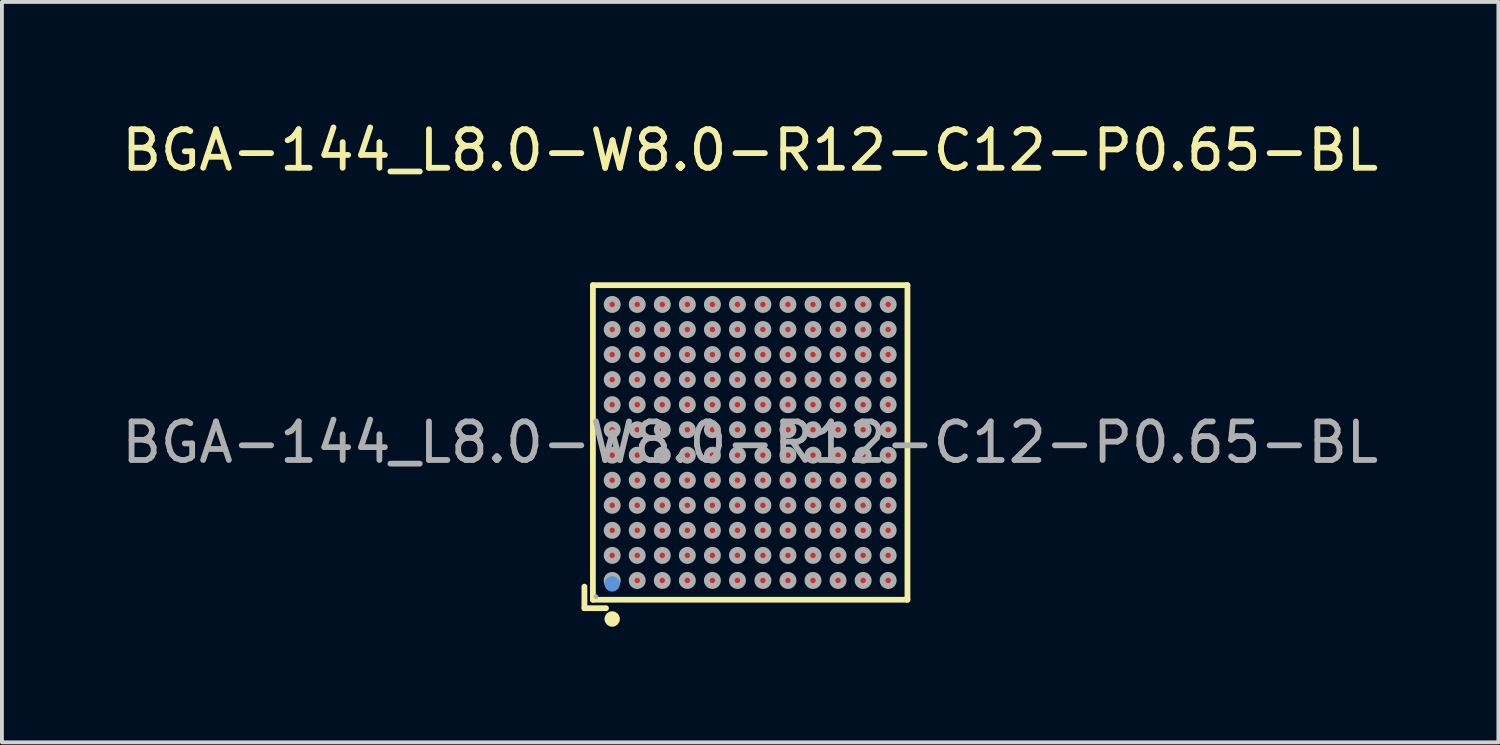
<source format=kicad_pcb>
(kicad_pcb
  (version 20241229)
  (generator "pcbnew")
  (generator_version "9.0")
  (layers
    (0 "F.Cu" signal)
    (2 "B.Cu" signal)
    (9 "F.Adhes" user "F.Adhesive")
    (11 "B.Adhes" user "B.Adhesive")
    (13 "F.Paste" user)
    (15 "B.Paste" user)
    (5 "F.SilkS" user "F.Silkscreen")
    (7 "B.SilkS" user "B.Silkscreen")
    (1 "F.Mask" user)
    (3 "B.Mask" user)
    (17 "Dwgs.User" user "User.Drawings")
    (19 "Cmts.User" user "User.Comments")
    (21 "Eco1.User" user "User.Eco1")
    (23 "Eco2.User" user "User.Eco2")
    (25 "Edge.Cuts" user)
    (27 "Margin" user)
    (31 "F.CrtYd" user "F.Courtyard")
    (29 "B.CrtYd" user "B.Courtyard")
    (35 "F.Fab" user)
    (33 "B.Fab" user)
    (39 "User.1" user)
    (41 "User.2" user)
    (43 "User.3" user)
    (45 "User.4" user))
  (footprint "BGA-144_L8.0-W8.0-R12-C12-P0.65-BL"
    (layer "F.Cu")
    (at 16.411 8.428)
    (property "Reference" "BGA-144_L8.0-W8.0-R12-C12-P0.65-BL" (at 0 -7.58 0) (layer "F.SilkS") (effects (font (size 1 1) (thickness 0.15))))
    (attr smd)
    (fp_line (start -4.3 3.74) (end -4.3 4.3) (stroke (width 0.15) (type solid)) (layer "F.SilkS"))
    (fp_line (start -4.3 4.3) (end -3.74 4.3) (stroke (width 0.15) (type solid)) (layer "F.SilkS"))
    (fp_line (start -4.08 -4.08) (end 4.08 -4.08) (stroke (width 0.15) (type solid)) (layer "F.SilkS"))
    (fp_line (start -4.08 4.08) (end -4.08 -4.08) (stroke (width 0.15) (type solid)) (layer "F.SilkS"))
    (fp_line (start 4.08 -4.08) (end 4.08 4.08) (stroke (width 0.15) (type solid)) (layer "F.SilkS"))
    (fp_line (start 4.08 4.08) (end -4.08 4.08) (stroke (width 0.15) (type solid)) (layer "F.SilkS"))
    (fp_circle (center -3.58 4.58) (end -3.48 4.58) (stroke (width 0.2) (type solid)) (fill no) (layer "F.SilkS"))
    (fp_circle (center -3.58 3.67) (end -3.48 3.67) (stroke (width 0.2) (type solid)) (fill no) (layer "Cmts.User"))
    (fp_circle (center -4 4) (end -3.97 4) (stroke (width 0.06) (type solid)) (fill no) (layer "F.Fab"))
    (fp_circle (center -3.58 -3.58) (end -3.51 -3.58) (stroke (width 0.15) (type solid)) (fill no) (layer "F.Fab"))
    (fp_circle (center -3.58 -2.93) (end -3.51 -2.93) (stroke (width 0.15) (type solid)) (fill no) (layer "F.Fab"))
    (fp_circle (center -3.58 -2.28) (end -3.51 -2.28) (stroke (width 0.15) (type solid)) (fill no) (layer "F.Fab"))
    (fp_circle (center -3.58 -1.63) (end -3.51 -1.63) (stroke (width 0.15) (type solid)) (fill no) (layer "F.Fab"))
    (fp_circle (center -3.58 -0.98) (end -3.51 -0.98) (stroke (width 0.15) (type solid)) (fill no) (layer "F.Fab"))
    (fp_circle (center -3.58 -0.33) (end -3.51 -0.33) (stroke (width 0.15) (type solid)) (fill no) (layer "F.Fab"))
    (fp_circle (center -3.58 0.33) (end -3.51 0.33) (stroke (width 0.15) (type solid)) (fill no) (layer "F.Fab"))
    (fp_circle (center -3.58 0.98) (end -3.51 0.98) (stroke (width 0.15) (type solid)) (fill no) (layer "F.Fab"))
    (fp_circle (center -3.58 1.63) (end -3.51 1.63) (stroke (width 0.15) (type solid)) (fill no) (layer "F.Fab"))
    (fp_circle (center -3.58 2.28) (end -3.51 2.28) (stroke (width 0.15) (type solid)) (fill no) (layer "F.Fab"))
    (fp_circle (center -3.58 2.93) (end -3.51 2.93) (stroke (width 0.15) (type solid)) (fill no) (layer "F.Fab"))
    (fp_circle (center -3.58 3.58) (end -3.51 3.58) (stroke (width 0.15) (type solid)) (fill no) (layer "F.Fab"))
    (fp_circle (center -2.93 -3.58) (end -2.86 -3.58) (stroke (width 0.15) (type solid)) (fill no) (layer "F.Fab"))
    (fp_circle (center -2.93 -2.93) (end -2.86 -2.93) (stroke (width 0.15) (type solid)) (fill no) (layer "F.Fab"))
    (fp_circle (center -2.93 -2.28) (end -2.86 -2.28) (stroke (width 0.15) (type solid)) (fill no) (layer "F.Fab"))
    (fp_circle (center -2.93 -1.63) (end -2.86 -1.63) (stroke (width 0.15) (type solid)) (fill no) (layer "F.Fab"))
    (fp_circle (center -2.93 -0.98) (end -2.86 -0.98) (stroke (width 0.15) (type solid)) (fill no) (layer "F.Fab"))
    (fp_circle (center -2.93 -0.33) (end -2.86 -0.33) (stroke (width 0.15) (type solid)) (fill no) (layer "F.Fab"))
    (fp_circle (center -2.93 0.33) (end -2.86 0.33) (stroke (width 0.15) (type solid)) (fill no) (layer "F.Fab"))
    (fp_circle (center -2.93 0.98) (end -2.86 0.98) (stroke (width 0.15) (type solid)) (fill no) (layer "F.Fab"))
    (fp_circle (center -2.93 1.63) (end -2.86 1.63) (stroke (width 0.15) (type solid)) (fill no) (layer "F.Fab"))
    (fp_circle (center -2.93 2.28) (end -2.86 2.28) (stroke (width 0.15) (type solid)) (fill no) (layer "F.Fab"))
    (fp_circle (center -2.93 2.93) (end -2.86 2.93) (stroke (width 0.15) (type solid)) (fill no) (layer "F.Fab"))
    (fp_circle (center -2.93 3.58) (end -2.86 3.58) (stroke (width 0.15) (type solid)) (fill no) (layer "F.Fab"))
    (fp_circle (center -2.28 -3.58) (end -2.21 -3.58) (stroke (width 0.15) (type solid)) (fill no) (layer "F.Fab"))
    (fp_circle (center -2.28 -2.93) (end -2.21 -2.93) (stroke (width 0.15) (type solid)) (fill no) (layer "F.Fab"))
    (fp_circle (center -2.28 -2.28) (end -2.21 -2.28) (stroke (width 0.15) (type solid)) (fill no) (layer "F.Fab"))
    (fp_circle (center -2.28 -1.63) (end -2.21 -1.63) (stroke (width 0.15) (type solid)) (fill no) (layer "F.Fab"))
    (fp_circle (center -2.28 -0.98) (end -2.21 -0.98) (stroke (width 0.15) (type solid)) (fill no) (layer "F.Fab"))
    (fp_circle (center -2.28 -0.33) (end -2.21 -0.33) (stroke (width 0.15) (type solid)) (fill no) (layer "F.Fab"))
    (fp_circle (center -2.28 0.33) (end -2.21 0.33) (stroke (width 0.15) (type solid)) (fill no) (layer "F.Fab"))
    (fp_circle (center -2.28 0.98) (end -2.21 0.98) (stroke (width 0.15) (type solid)) (fill no) (layer "F.Fab"))
    (fp_circle (center -2.28 1.63) (end -2.21 1.63) (stroke (width 0.15) (type solid)) (fill no) (layer "F.Fab"))
    (fp_circle (center -2.28 2.28) (end -2.21 2.28) (stroke (width 0.15) (type solid)) (fill no) (layer "F.Fab"))
    (fp_circle (center -2.28 2.93) (end -2.21 2.93) (stroke (width 0.15) (type solid)) (fill no) (layer "F.Fab"))
    (fp_circle (center -2.28 3.58) (end -2.21 3.58) (stroke (width 0.15) (type solid)) (fill no) (layer "F.Fab"))
    (fp_circle (center -1.63 -3.58) (end -1.56 -3.58) (stroke (width 0.15) (type solid)) (fill no) (layer "F.Fab"))
    (fp_circle (center -1.63 -2.93) (end -1.56 -2.93) (stroke (width 0.15) (type solid)) (fill no) (layer "F.Fab"))
    (fp_circle (center -1.63 -2.28) (end -1.56 -2.28) (stroke (width 0.15) (type solid)) (fill no) (layer "F.Fab"))
    (fp_circle (center -1.63 -1.63) (end -1.56 -1.63) (stroke (width 0.15) (type solid)) (fill no) (layer "F.Fab"))
    (fp_circle (center -1.63 -0.98) (end -1.56 -0.98) (stroke (width 0.15) (type solid)) (fill no) (layer "F.Fab"))
    (fp_circle (center -1.63 -0.33) (end -1.56 -0.33) (stroke (width 0.15) (type solid)) (fill no) (layer "F.Fab"))
    (fp_circle (center -1.63 0.33) (end -1.56 0.33) (stroke (width 0.15) (type solid)) (fill no) (layer "F.Fab"))
    (fp_circle (center -1.63 0.98) (end -1.56 0.98) (stroke (width 0.15) (type solid)) (fill no) (layer "F.Fab"))
    (fp_circle (center -1.63 1.63) (end -1.56 1.63) (stroke (width 0.15) (type solid)) (fill no) (layer "F.Fab"))
    (fp_circle (center -1.63 2.28) (end -1.56 2.28) (stroke (width 0.15) (type solid)) (fill no) (layer "F.Fab"))
    (fp_circle (center -1.63 2.93) (end -1.56 2.93) (stroke (width 0.15) (type solid)) (fill no) (layer "F.Fab"))
    (fp_circle (center -1.63 3.58) (end -1.56 3.58) (stroke (width 0.15) (type solid)) (fill no) (layer "F.Fab"))
    (fp_circle (center -0.98 -3.58) (end -0.91 -3.58) (stroke (width 0.15) (type solid)) (fill no) (layer "F.Fab"))
    (fp_circle (center -0.98 -2.93) (end -0.91 -2.93) (stroke (width 0.15) (type solid)) (fill no) (layer "F.Fab"))
    (fp_circle (center -0.98 -2.28) (end -0.91 -2.28) (stroke (width 0.15) (type solid)) (fill no) (layer "F.Fab"))
    (fp_circle (center -0.98 -1.63) (end -0.91 -1.63) (stroke (width 0.15) (type solid)) (fill no) (layer "F.Fab"))
    (fp_circle (center -0.98 -0.98) (end -0.91 -0.98) (stroke (width 0.15) (type solid)) (fill no) (layer "F.Fab"))
    (fp_circle (center -0.98 -0.33) (end -0.91 -0.33) (stroke (width 0.15) (type solid)) (fill no) (layer "F.Fab"))
    (fp_circle (center -0.98 0.33) (end -0.91 0.33) (stroke (width 0.15) (type solid)) (fill no) (layer "F.Fab"))
    (fp_circle (center -0.98 0.98) (end -0.91 0.98) (stroke (width 0.15) (type solid)) (fill no) (layer "F.Fab"))
    (fp_circle (center -0.98 1.63) (end -0.91 1.63) (stroke (width 0.15) (type solid)) (fill no) (layer "F.Fab"))
    (fp_circle (center -0.98 2.28) (end -0.91 2.28) (stroke (width 0.15) (type solid)) (fill no) (layer "F.Fab"))
    (fp_circle (center -0.98 2.93) (end -0.91 2.93) (stroke (width 0.15) (type solid)) (fill no) (layer "F.Fab"))
    (fp_circle (center -0.98 3.58) (end -0.91 3.58) (stroke (width 0.15) (type solid)) (fill no) (layer "F.Fab"))
    (fp_circle (center -0.33 -3.58) (end -0.26 -3.58) (stroke (width 0.15) (type solid)) (fill no) (layer "F.Fab"))
    (fp_circle (center -0.33 -2.93) (end -0.26 -2.93) (stroke (width 0.15) (type solid)) (fill no) (layer "F.Fab"))
    (fp_circle (center -0.33 -2.28) (end -0.26 -2.28) (stroke (width 0.15) (type solid)) (fill no) (layer "F.Fab"))
    (fp_circle (center -0.33 -1.63) (end -0.26 -1.63) (stroke (width 0.15) (type solid)) (fill no) (layer "F.Fab"))
    (fp_circle (center -0.33 -0.98) (end -0.26 -0.98) (stroke (width 0.15) (type solid)) (fill no) (layer "F.Fab"))
    (fp_circle (center -0.33 -0.33) (end -0.26 -0.33) (stroke (width 0.15) (type solid)) (fill no) (layer "F.Fab"))
    (fp_circle (center -0.33 0.33) (end -0.26 0.33) (stroke (width 0.15) (type solid)) (fill no) (layer "F.Fab"))
    (fp_circle (center -0.33 0.98) (end -0.26 0.98) (stroke (width 0.15) (type solid)) (fill no) (layer "F.Fab"))
    (fp_circle (center -0.33 1.63) (end -0.26 1.63) (stroke (width 0.15) (type solid)) (fill no) (layer "F.Fab"))
    (fp_circle (center -0.33 2.28) (end -0.26 2.28) (stroke (width 0.15) (type solid)) (fill no) (layer "F.Fab"))
    (fp_circle (center -0.33 2.93) (end -0.26 2.93) (stroke (width 0.15) (type solid)) (fill no) (layer "F.Fab"))
    (fp_circle (center -0.33 3.58) (end -0.26 3.58) (stroke (width 0.15) (type solid)) (fill no) (layer "F.Fab"))
    (fp_circle (center 0.33 -3.58) (end 0.4 -3.58) (stroke (width 0.15) (type solid)) (fill no) (layer "F.Fab"))
    (fp_circle (center 0.33 -2.93) (end 0.4 -2.93) (stroke (width 0.15) (type solid)) (fill no) (layer "F.Fab"))
    (fp_circle (center 0.33 -2.28) (end 0.4 -2.28) (stroke (width 0.15) (type solid)) (fill no) (layer "F.Fab"))
    (fp_circle (center 0.33 -1.63) (end 0.4 -1.63) (stroke (width 0.15) (type solid)) (fill no) (layer "F.Fab"))
    (fp_circle (center 0.33 -0.98) (end 0.4 -0.98) (stroke (width 0.15) (type solid)) (fill no) (layer "F.Fab"))
    (fp_circle (center 0.33 -0.33) (end 0.4 -0.33) (stroke (width 0.15) (type solid)) (fill no) (layer "F.Fab"))
    (fp_circle (center 0.33 0.33) (end 0.4 0.33) (stroke (width 0.15) (type solid)) (fill no) (layer "F.Fab"))
    (fp_circle (center 0.33 0.98) (end 0.4 0.98) (stroke (width 0.15) (type solid)) (fill no) (layer "F.Fab"))
    (fp_circle (center 0.33 1.63) (end 0.4 1.63) (stroke (width 0.15) (type solid)) (fill no) (layer "F.Fab"))
    (fp_circle (center 0.33 2.28) (end 0.4 2.28) (stroke (width 0.15) (type solid)) (fill no) (layer "F.Fab"))
    (fp_circle (center 0.33 2.93) (end 0.4 2.93) (stroke (width 0.15) (type solid)) (fill no) (layer "F.Fab"))
    (fp_circle (center 0.33 3.58) (end 0.4 3.58) (stroke (width 0.15) (type solid)) (fill no) (layer "F.Fab"))
    (fp_circle (center 0.98 -3.58) (end 1.05 -3.58) (stroke (width 0.15) (type solid)) (fill no) (layer "F.Fab"))
    (fp_circle (center 0.98 -2.93) (end 1.05 -2.93) (stroke (width 0.15) (type solid)) (fill no) (layer "F.Fab"))
    (fp_circle (center 0.98 -2.28) (end 1.05 -2.28) (stroke (width 0.15) (type solid)) (fill no) (layer "F.Fab"))
    (fp_circle (center 0.98 -1.63) (end 1.05 -1.63) (stroke (width 0.15) (type solid)) (fill no) (layer "F.Fab"))
    (fp_circle (center 0.98 -0.98) (end 1.05 -0.98) (stroke (width 0.15) (type solid)) (fill no) (layer "F.Fab"))
    (fp_circle (center 0.98 -0.33) (end 1.05 -0.33) (stroke (width 0.15) (type solid)) (fill no) (layer "F.Fab"))
    (fp_circle (center 0.98 0.33) (end 1.05 0.33) (stroke (width 0.15) (type solid)) (fill no) (layer "F.Fab"))
    (fp_circle (center 0.98 0.98) (end 1.05 0.98) (stroke (width 0.15) (type solid)) (fill no) (layer "F.Fab"))
    (fp_circle (center 0.98 1.63) (end 1.05 1.63) (stroke (width 0.15) (type solid)) (fill no) (layer "F.Fab"))
    (fp_circle (center 0.98 2.28) (end 1.05 2.28) (stroke (width 0.15) (type solid)) (fill no) (layer "F.Fab"))
    (fp_circle (center 0.98 2.93) (end 1.05 2.93) (stroke (width 0.15) (type solid)) (fill no) (layer "F.Fab"))
    (fp_circle (center 0.98 3.58) (end 1.05 3.58) (stroke (width 0.15) (type solid)) (fill no) (layer "F.Fab"))
    (fp_circle (center 1.63 -3.58) (end 1.7 -3.58) (stroke (width 0.15) (type solid)) (fill no) (layer "F.Fab"))
    (fp_circle (center 1.63 -2.93) (end 1.7 -2.93) (stroke (width 0.15) (type solid)) (fill no) (layer "F.Fab"))
    (fp_circle (center 1.63 -2.28) (end 1.7 -2.28) (stroke (width 0.15) (type solid)) (fill no) (layer "F.Fab"))
    (fp_circle (center 1.63 -1.63) (end 1.7 -1.63) (stroke (width 0.15) (type solid)) (fill no) (layer "F.Fab"))
    (fp_circle (center 1.63 -0.98) (end 1.7 -0.98) (stroke (width 0.15) (type solid)) (fill no) (layer "F.Fab"))
    (fp_circle (center 1.63 -0.33) (end 1.7 -0.33) (stroke (width 0.15) (type solid)) (fill no) (layer "F.Fab"))
    (fp_circle (center 1.63 0.33) (end 1.7 0.33) (stroke (width 0.15) (type solid)) (fill no) (layer "F.Fab"))
    (fp_circle (center 1.63 0.98) (end 1.7 0.98) (stroke (width 0.15) (type solid)) (fill no) (layer "F.Fab"))
    (fp_circle (center 1.63 1.63) (end 1.7 1.63) (stroke (width 0.15) (type solid)) (fill no) (layer "F.Fab"))
    (fp_circle (center 1.63 2.28) (end 1.7 2.28) (stroke (width 0.15) (type solid)) (fill no) (layer "F.Fab"))
    (fp_circle (center 1.63 2.93) (end 1.7 2.93) (stroke (width 0.15) (type solid)) (fill no) (layer "F.Fab"))
    (fp_circle (center 1.63 3.58) (end 1.7 3.58) (stroke (width 0.15) (type solid)) (fill no) (layer "F.Fab"))
    (fp_circle (center 2.28 -3.58) (end 2.35 -3.58) (stroke (width 0.15) (type solid)) (fill no) (layer "F.Fab"))
    (fp_circle (center 2.28 -2.93) (end 2.35 -2.93) (stroke (width 0.15) (type solid)) (fill no) (layer "F.Fab"))
    (fp_circle (center 2.28 -2.28) (end 2.35 -2.28) (stroke (width 0.15) (type solid)) (fill no) (layer "F.Fab"))
    (fp_circle (center 2.28 -1.63) (end 2.35 -1.63) (stroke (width 0.15) (type solid)) (fill no) (layer "F.Fab"))
    (fp_circle (center 2.28 -0.98) (end 2.35 -0.98) (stroke (width 0.15) (type solid)) (fill no) (layer "F.Fab"))
    (fp_circle (center 2.28 -0.33) (end 2.35 -0.33) (stroke (width 0.15) (type solid)) (fill no) (layer "F.Fab"))
    (fp_circle (center 2.28 0.33) (end 2.35 0.33) (stroke (width 0.15) (type solid)) (fill no) (layer "F.Fab"))
    (fp_circle (center 2.28 0.98) (end 2.35 0.98) (stroke (width 0.15) (type solid)) (fill no) (layer "F.Fab"))
    (fp_circle (center 2.28 1.63) (end 2.35 1.63) (stroke (width 0.15) (type solid)) (fill no) (layer "F.Fab"))
    (fp_circle (center 2.28 2.28) (end 2.35 2.28) (stroke (width 0.15) (type solid)) (fill no) (layer "F.Fab"))
    (fp_circle (center 2.28 2.93) (end 2.35 2.93) (stroke (width 0.15) (type solid)) (fill no) (layer "F.Fab"))
    (fp_circle (center 2.28 3.58) (end 2.35 3.58) (stroke (width 0.15) (type solid)) (fill no) (layer "F.Fab"))
    (fp_circle (center 2.93 -3.58) (end 3 -3.58) (stroke (width 0.15) (type solid)) (fill no) (layer "F.Fab"))
    (fp_circle (center 2.93 -2.93) (end 3 -2.93) (stroke (width 0.15) (type solid)) (fill no) (layer "F.Fab"))
    (fp_circle (center 2.93 -2.28) (end 3 -2.28) (stroke (width 0.15) (type solid)) (fill no) (layer "F.Fab"))
    (fp_circle (center 2.93 -1.63) (end 3 -1.63) (stroke (width 0.15) (type solid)) (fill no) (layer "F.Fab"))
    (fp_circle (center 2.93 -0.98) (end 3 -0.98) (stroke (width 0.15) (type solid)) (fill no) (layer "F.Fab"))
    (fp_circle (center 2.93 -0.33) (end 3 -0.33) (stroke (width 0.15) (type solid)) (fill no) (layer "F.Fab"))
    (fp_circle (center 2.93 0.33) (end 3 0.33) (stroke (width 0.15) (type solid)) (fill no) (layer "F.Fab"))
    (fp_circle (center 2.93 0.98) (end 3 0.98) (stroke (width 0.15) (type solid)) (fill no) (layer "F.Fab"))
    (fp_circle (center 2.93 1.63) (end 3 1.63) (stroke (width 0.15) (type solid)) (fill no) (layer "F.Fab"))
    (fp_circle (center 2.93 2.28) (end 3 2.28) (stroke (width 0.15) (type solid)) (fill no) (layer "F.Fab"))
    (fp_circle (center 2.93 2.93) (end 3 2.93) (stroke (width 0.15) (type solid)) (fill no) (layer "F.Fab"))
    (fp_circle (center 2.93 3.58) (end 3 3.58) (stroke (width 0.15) (type solid)) (fill no) (layer "F.Fab"))
    (fp_circle (center 3.58 -3.58) (end 3.65 -3.58) (stroke (width 0.15) (type solid)) (fill no) (layer "F.Fab"))
    (fp_circle (center 3.58 -2.93) (end 3.65 -2.93) (stroke (width 0.15) (type solid)) (fill no) (layer "F.Fab"))
    (fp_circle (center 3.58 -2.28) (end 3.65 -2.28) (stroke (width 0.15) (type solid)) (fill no) (layer "F.Fab"))
    (fp_circle (center 3.58 -1.63) (end 3.65 -1.63) (stroke (width 0.15) (type solid)) (fill no) (layer "F.Fab"))
    (fp_circle (center 3.58 -0.98) (end 3.65 -0.98) (stroke (width 0.15) (type solid)) (fill no) (layer "F.Fab"))
    (fp_circle (center 3.58 -0.33) (end 3.65 -0.33) (stroke (width 0.15) (type solid)) (fill no) (layer "F.Fab"))
    (fp_circle (center 3.58 0.33) (end 3.65 0.33) (stroke (width 0.15) (type solid)) (fill no) (layer "F.Fab"))
    (fp_circle (center 3.58 0.98) (end 3.65 0.98) (stroke (width 0.15) (type solid)) (fill no) (layer "F.Fab"))
    (fp_circle (center 3.58 1.63) (end 3.65 1.63) (stroke (width 0.15) (type solid)) (fill no) (layer "F.Fab"))
    (fp_circle (center 3.58 2.28) (end 3.65 2.28) (stroke (width 0.15) (type solid)) (fill no) (layer "F.Fab"))
    (fp_circle (center 3.58 2.93) (end 3.65 2.93) (stroke (width 0.15) (type solid)) (fill no) (layer "F.Fab"))
    (fp_circle (center 3.58 3.58) (end 3.65 3.58) (stroke (width 0.15) (type solid)) (fill no) (layer "F.Fab"))
    (fp_text user "${REFERENCE}" (at 0 0 0) (layer "F.Fab") (effects (font (size 1 1) (thickness 0.15))))
    (pad "A1" smd circle (at -3.58 3.58) (size 0.24 0.24) (layers "F.Cu" "F.Mask" "F.Paste"))
    (pad "A2" smd circle (at -3.58 2.93) (size 0.24 0.24) (layers "F.Cu" "F.Mask" "F.Paste"))
    (pad "A3" smd circle (at -3.58 2.28) (size 0.24 0.24) (layers "F.Cu" "F.Mask" "F.Paste"))
    (pad "A4" smd circle (at -3.58 1.63) (size 0.24 0.24) (layers "F.Cu" "F.Mask" "F.Paste"))
    (pad "A5" smd circle (at -3.58 0.98) (size 0.24 0.24) (layers "F.Cu" "F.Mask" "F.Paste"))
    (pad "A6" smd circle (at -3.58 0.33) (size 0.24 0.24) (layers "F.Cu" "F.Mask" "F.Paste"))
    (pad "A7" smd circle (at -3.58 -0.33) (size 0.24 0.24) (layers "F.Cu" "F.Mask" "F.Paste"))
    (pad "A8" smd circle (at -3.58 -0.98) (size 0.24 0.24) (layers "F.Cu" "F.Mask" "F.Paste"))
    (pad "A9" smd circle (at -3.58 -1.63) (size 0.24 0.24) (layers "F.Cu" "F.Mask" "F.Paste"))
    (pad "A10" smd circle (at -3.58 -2.28) (size 0.24 0.24) (layers "F.Cu" "F.Mask" "F.Paste"))
    (pad "A11" smd circle (at -3.58 -2.93) (size 0.24 0.24) (layers "F.Cu" "F.Mask" "F.Paste"))
    (pad "A12" smd circle (at -3.58 -3.58) (size 0.24 0.24) (layers "F.Cu" "F.Mask" "F.Paste"))
    (pad "B1" smd circle (at -2.93 3.58) (size 0.24 0.24) (layers "F.Cu" "F.Mask" "F.Paste"))
    (pad "B2" smd circle (at -2.93 2.93) (size 0.24 0.24) (layers "F.Cu" "F.Mask" "F.Paste"))
    (pad "B3" smd circle (at -2.93 2.28) (size 0.24 0.24) (layers "F.Cu" "F.Mask" "F.Paste"))
    (pad "B4" smd circle (at -2.93 1.63) (size 0.24 0.24) (layers "F.Cu" "F.Mask" "F.Paste"))
    (pad "B5" smd circle (at -2.93 0.98) (size 0.24 0.24) (layers "F.Cu" "F.Mask" "F.Paste"))
    (pad "B6" smd circle (at -2.93 0.33) (size 0.24 0.24) (layers "F.Cu" "F.Mask" "F.Paste"))
    (pad "B7" smd circle (at -2.93 -0.33) (size 0.24 0.24) (layers "F.Cu" "F.Mask" "F.Paste"))
    (pad "B8" smd circle (at -2.93 -0.98) (size 0.24 0.24) (layers "F.Cu" "F.Mask" "F.Paste"))
    (pad "B9" smd circle (at -2.93 -1.63) (size 0.24 0.24) (layers "F.Cu" "F.Mask" "F.Paste"))
    (pad "B10" smd circle (at -2.93 -2.28) (size 0.24 0.24) (layers "F.Cu" "F.Mask" "F.Paste"))
    (pad "B11" smd circle (at -2.93 -2.93) (size 0.24 0.24) (layers "F.Cu" "F.Mask" "F.Paste"))
    (pad "B12" smd circle (at -2.93 -3.58) (size 0.24 0.24) (layers "F.Cu" "F.Mask" "F.Paste"))
    (pad "C1" smd circle (at -2.28 3.58) (size 0.24 0.24) (layers "F.Cu" "F.Mask" "F.Paste"))
    (pad "C2" smd circle (at -2.28 2.93) (size 0.24 0.24) (layers "F.Cu" "F.Mask" "F.Paste"))
    (pad "C3" smd circle (at -2.28 2.28) (size 0.24 0.24) (layers "F.Cu" "F.Mask" "F.Paste"))
    (pad "C4" smd circle (at -2.28 1.63) (size 0.24 0.24) (layers "F.Cu" "F.Mask" "F.Paste"))
    (pad "C5" smd circle (at -2.28 0.98) (size 0.24 0.24) (layers "F.Cu" "F.Mask" "F.Paste"))
    (pad "C6" smd circle (at -2.28 0.33) (size 0.24 0.24) (layers "F.Cu" "F.Mask" "F.Paste"))
    (pad "C7" smd circle (at -2.28 -0.33) (size 0.24 0.24) (layers "F.Cu" "F.Mask" "F.Paste"))
    (pad "C8" smd circle (at -2.28 -0.98) (size 0.24 0.24) (layers "F.Cu" "F.Mask" "F.Paste"))
    (pad "C9" smd circle (at -2.28 -1.63) (size 0.24 0.24) (layers "F.Cu" "F.Mask" "F.Paste"))
    (pad "C10" smd circle (at -2.28 -2.28) (size 0.24 0.24) (layers "F.Cu" "F.Mask" "F.Paste"))
    (pad "C11" smd circle (at -2.28 -2.93) (size 0.24 0.24) (layers "F.Cu" "F.Mask" "F.Paste"))
    (pad "C12" smd circle (at -2.28 -3.58) (size 0.24 0.24) (layers "F.Cu" "F.Mask" "F.Paste"))
    (pad "D1" smd circle (at -1.63 3.58) (size 0.24 0.24) (layers "F.Cu" "F.Mask" "F.Paste"))
    (pad "D2" smd circle (at -1.63 2.93) (size 0.24 0.24) (layers "F.Cu" "F.Mask" "F.Paste"))
    (pad "D3" smd circle (at -1.63 2.28) (size 0.24 0.24) (layers "F.Cu" "F.Mask" "F.Paste"))
    (pad "D4" smd circle (at -1.63 1.63) (size 0.24 0.24) (layers "F.Cu" "F.Mask" "F.Paste"))
    (pad "D5" smd circle (at -1.63 0.98) (size 0.24 0.24) (layers "F.Cu" "F.Mask" "F.Paste"))
    (pad "D6" smd circle (at -1.63 0.33) (size 0.24 0.24) (layers "F.Cu" "F.Mask" "F.Paste"))
    (pad "D7" smd circle (at -1.63 -0.33) (size 0.24 0.24) (layers "F.Cu" "F.Mask" "F.Paste"))
    (pad "D8" smd circle (at -1.63 -0.98) (size 0.24 0.24) (layers "F.Cu" "F.Mask" "F.Paste"))
    (pad "D9" smd circle (at -1.63 -1.63) (size 0.24 0.24) (layers "F.Cu" "F.Mask" "F.Paste"))
    (pad "D10" smd circle (at -1.63 -2.28) (size 0.24 0.24) (layers "F.Cu" "F.Mask" "F.Paste"))
    (pad "D11" smd circle (at -1.63 -2.93) (size 0.24 0.24) (layers "F.Cu" "F.Mask" "F.Paste"))
    (pad "D12" smd circle (at -1.63 -3.58) (size 0.24 0.24) (layers "F.Cu" "F.Mask" "F.Paste"))
    (pad "E1" smd circle (at -0.98 3.58) (size 0.24 0.24) (layers "F.Cu" "F.Mask" "F.Paste"))
    (pad "E2" smd circle (at -0.98 2.93) (size 0.24 0.24) (layers "F.Cu" "F.Mask" "F.Paste"))
    (pad "E3" smd circle (at -0.98 2.28) (size 0.24 0.24) (layers "F.Cu" "F.Mask" "F.Paste"))
    (pad "E4" smd circle (at -0.98 1.63) (size 0.24 0.24) (layers "F.Cu" "F.Mask" "F.Paste"))
    (pad "E5" smd circle (at -0.98 0.98) (size 0.24 0.24) (layers "F.Cu" "F.Mask" "F.Paste"))
    (pad "E6" smd circle (at -0.98 0.33) (size 0.24 0.24) (layers "F.Cu" "F.Mask" "F.Paste"))
    (pad "E7" smd circle (at -0.98 -0.33) (size 0.24 0.24) (layers "F.Cu" "F.Mask" "F.Paste"))
    (pad "E8" smd circle (at -0.98 -0.98) (size 0.24 0.24) (layers "F.Cu" "F.Mask" "F.Paste"))
    (pad "E9" smd circle (at -0.98 -1.63) (size 0.24 0.24) (layers "F.Cu" "F.Mask" "F.Paste"))
    (pad "E10" smd circle (at -0.98 -2.28) (size 0.24 0.24) (layers "F.Cu" "F.Mask" "F.Paste"))
    (pad "E11" smd circle (at -0.98 -2.93) (size 0.24 0.24) (layers "F.Cu" "F.Mask" "F.Paste"))
    (pad "E12" smd circle (at -0.98 -3.58) (size 0.24 0.24) (layers "F.Cu" "F.Mask" "F.Paste"))
    (pad "F1" smd circle (at -0.33 3.58) (size 0.24 0.24) (layers "F.Cu" "F.Mask" "F.Paste"))
    (pad "F2" smd circle (at -0.33 2.93) (size 0.24 0.24) (layers "F.Cu" "F.Mask" "F.Paste"))
    (pad "F3" smd circle (at -0.33 2.28) (size 0.24 0.24) (layers "F.Cu" "F.Mask" "F.Paste"))
    (pad "F4" smd circle (at -0.33 1.63) (size 0.24 0.24) (layers "F.Cu" "F.Mask" "F.Paste"))
    (pad "F5" smd circle (at -0.33 0.98) (size 0.24 0.24) (layers "F.Cu" "F.Mask" "F.Paste"))
    (pad "F6" smd circle (at -0.33 0.33) (size 0.24 0.24) (layers "F.Cu" "F.Mask" "F.Paste"))
    (pad "F7" smd circle (at -0.33 -0.33) (size 0.24 0.24) (layers "F.Cu" "F.Mask" "F.Paste"))
    (pad "F8" smd circle (at -0.33 -0.98) (size 0.24 0.24) (layers "F.Cu" "F.Mask" "F.Paste"))
    (pad "F9" smd circle (at -0.33 -1.63) (size 0.24 0.24) (layers "F.Cu" "F.Mask" "F.Paste"))
    (pad "F10" smd circle (at -0.33 -2.28) (size 0.24 0.24) (layers "F.Cu" "F.Mask" "F.Paste"))
    (pad "F11" smd circle (at -0.33 -2.93) (size 0.24 0.24) (layers "F.Cu" "F.Mask" "F.Paste"))
    (pad "F12" smd circle (at -0.33 -3.58) (size 0.24 0.24) (layers "F.Cu" "F.Mask" "F.Paste"))
    (pad "G1" smd circle (at 0.33 3.58) (size 0.24 0.24) (layers "F.Cu" "F.Mask" "F.Paste"))
    (pad "G2" smd circle (at 0.33 2.93) (size 0.24 0.24) (layers "F.Cu" "F.Mask" "F.Paste"))
    (pad "G3" smd circle (at 0.33 2.28) (size 0.24 0.24) (layers "F.Cu" "F.Mask" "F.Paste"))
    (pad "G4" smd circle (at 0.33 1.63) (size 0.24 0.24) (layers "F.Cu" "F.Mask" "F.Paste"))
    (pad "G5" smd circle (at 0.33 0.98) (size 0.24 0.24) (layers "F.Cu" "F.Mask" "F.Paste"))
    (pad "G6" smd circle (at 0.33 0.33) (size 0.24 0.24) (layers "F.Cu" "F.Mask" "F.Paste"))
    (pad "G7" smd circle (at 0.33 -0.33) (size 0.24 0.24) (layers "F.Cu" "F.Mask" "F.Paste"))
    (pad "G8" smd circle (at 0.33 -0.98) (size 0.24 0.24) (layers "F.Cu" "F.Mask" "F.Paste"))
    (pad "G9" smd circle (at 0.33 -1.63) (size 0.24 0.24) (layers "F.Cu" "F.Mask" "F.Paste"))
    (pad "G10" smd circle (at 0.33 -2.28) (size 0.24 0.24) (layers "F.Cu" "F.Mask" "F.Paste"))
    (pad "G11" smd circle (at 0.33 -2.93) (size 0.24 0.24) (layers "F.Cu" "F.Mask" "F.Paste"))
    (pad "G12" smd circle (at 0.33 -3.58) (size 0.24 0.24) (layers "F.Cu" "F.Mask" "F.Paste"))
    (pad "H1" smd circle (at 0.98 3.58) (size 0.24 0.24) (layers "F.Cu" "F.Mask" "F.Paste"))
    (pad "H2" smd circle (at 0.98 2.93) (size 0.24 0.24) (layers "F.Cu" "F.Mask" "F.Paste"))
    (pad "H3" smd circle (at 0.98 2.28) (size 0.24 0.24) (layers "F.Cu" "F.Mask" "F.Paste"))
    (pad "H4" smd circle (at 0.98 1.63) (size 0.24 0.24) (layers "F.Cu" "F.Mask" "F.Paste"))
    (pad "H5" smd circle (at 0.98 0.98) (size 0.24 0.24) (layers "F.Cu" "F.Mask" "F.Paste"))
    (pad "H6" smd circle (at 0.98 0.33) (size 0.24 0.24) (layers "F.Cu" "F.Mask" "F.Paste"))
    (pad "H7" smd circle (at 0.98 -0.33) (size 0.24 0.24) (layers "F.Cu" "F.Mask" "F.Paste"))
    (pad "H8" smd circle (at 0.98 -0.98) (size 0.24 0.24) (layers "F.Cu" "F.Mask" "F.Paste"))
    (pad "H9" smd circle (at 0.98 -1.63) (size 0.24 0.24) (layers "F.Cu" "F.Mask" "F.Paste"))
    (pad "H10" smd circle (at 0.98 -2.28) (size 0.24 0.24) (layers "F.Cu" "F.Mask" "F.Paste"))
    (pad "H11" smd circle (at 0.98 -2.93) (size 0.24 0.24) (layers "F.Cu" "F.Mask" "F.Paste"))
    (pad "H12" smd circle (at 0.98 -3.58) (size 0.24 0.24) (layers "F.Cu" "F.Mask" "F.Paste"))
    (pad "J1" smd circle (at 1.63 3.58) (size 0.24 0.24) (layers "F.Cu" "F.Mask" "F.Paste"))
    (pad "J2" smd circle (at 1.63 2.93) (size 0.24 0.24) (layers "F.Cu" "F.Mask" "F.Paste"))
    (pad "J3" smd circle (at 1.63 2.28) (size 0.24 0.24) (layers "F.Cu" "F.Mask" "F.Paste"))
    (pad "J4" smd circle (at 1.63 1.63) (size 0.24 0.24) (layers "F.Cu" "F.Mask" "F.Paste"))
    (pad "J5" smd circle (at 1.63 0.98) (size 0.24 0.24) (layers "F.Cu" "F.Mask" "F.Paste"))
    (pad "J6" smd circle (at 1.63 0.33) (size 0.24 0.24) (layers "F.Cu" "F.Mask" "F.Paste"))
    (pad "J7" smd circle (at 1.63 -0.33) (size 0.24 0.24) (layers "F.Cu" "F.Mask" "F.Paste"))
    (pad "J8" smd circle (at 1.63 -0.98) (size 0.24 0.24) (layers "F.Cu" "F.Mask" "F.Paste"))
    (pad "J9" smd circle (at 1.63 -1.63) (size 0.24 0.24) (layers "F.Cu" "F.Mask" "F.Paste"))
    (pad "J10" smd circle (at 1.63 -2.28) (size 0.24 0.24) (layers "F.Cu" "F.Mask" "F.Paste"))
    (pad "J11" smd circle (at 1.63 -2.93) (size 0.24 0.24) (layers "F.Cu" "F.Mask" "F.Paste"))
    (pad "J12" smd circle (at 1.63 -3.58) (size 0.24 0.24) (layers "F.Cu" "F.Mask" "F.Paste"))
    (pad "K1" smd circle (at 2.28 3.58) (size 0.24 0.24) (layers "F.Cu" "F.Mask" "F.Paste"))
    (pad "K2" smd circle (at 2.28 2.93) (size 0.24 0.24) (layers "F.Cu" "F.Mask" "F.Paste"))
    (pad "K3" smd circle (at 2.28 2.28) (size 0.24 0.24) (layers "F.Cu" "F.Mask" "F.Paste"))
    (pad "K4" smd circle (at 2.28 1.63) (size 0.24 0.24) (layers "F.Cu" "F.Mask" "F.Paste"))
    (pad "K5" smd circle (at 2.28 0.98) (size 0.24 0.24) (layers "F.Cu" "F.Mask" "F.Paste"))
    (pad "K6" smd circle (at 2.28 0.33) (size 0.24 0.24) (layers "F.Cu" "F.Mask" "F.Paste"))
    (pad "K7" smd circle (at 2.28 -0.33) (size 0.24 0.24) (layers "F.Cu" "F.Mask" "F.Paste"))
    (pad "K8" smd circle (at 2.28 -0.98) (size 0.24 0.24) (layers "F.Cu" "F.Mask" "F.Paste"))
    (pad "K9" smd circle (at 2.28 -1.63) (size 0.24 0.24) (layers "F.Cu" "F.Mask" "F.Paste"))
    (pad "K10" smd circle (at 2.28 -2.28) (size 0.24 0.24) (layers "F.Cu" "F.Mask" "F.Paste"))
    (pad "K11" smd circle (at 2.28 -2.93) (size 0.24 0.24) (layers "F.Cu" "F.Mask" "F.Paste"))
    (pad "K12" smd circle (at 2.28 -3.58) (size 0.24 0.24) (layers "F.Cu" "F.Mask" "F.Paste"))
    (pad "L1" smd circle (at 2.93 3.58) (size 0.24 0.24) (layers "F.Cu" "F.Mask" "F.Paste"))
    (pad "L2" smd circle (at 2.93 2.93) (size 0.24 0.24) (layers "F.Cu" "F.Mask" "F.Paste"))
    (pad "L3" smd circle (at 2.93 2.28) (size 0.24 0.24) (layers "F.Cu" "F.Mask" "F.Paste"))
    (pad "L4" smd circle (at 2.93 1.63) (size 0.24 0.24) (layers "F.Cu" "F.Mask" "F.Paste"))
    (pad "L5" smd circle (at 2.93 0.98) (size 0.24 0.24) (layers "F.Cu" "F.Mask" "F.Paste"))
    (pad "L6" smd circle (at 2.93 0.33) (size 0.24 0.24) (layers "F.Cu" "F.Mask" "F.Paste"))
    (pad "L7" smd circle (at 2.93 -0.33) (size 0.24 0.24) (layers "F.Cu" "F.Mask" "F.Paste"))
    (pad "L8" smd circle (at 2.93 -0.98) (size 0.24 0.24) (layers "F.Cu" "F.Mask" "F.Paste"))
    (pad "L9" smd circle (at 2.93 -1.63) (size 0.24 0.24) (layers "F.Cu" "F.Mask" "F.Paste"))
    (pad "L10" smd circle (at 2.93 -2.28) (size 0.24 0.24) (layers "F.Cu" "F.Mask" "F.Paste"))
    (pad "L11" smd circle (at 2.93 -2.93) (size 0.24 0.24) (layers "F.Cu" "F.Mask" "F.Paste"))
    (pad "L12" smd circle (at 2.93 -3.58) (size 0.24 0.24) (layers "F.Cu" "F.Mask" "F.Paste"))
    (pad "M1" smd circle (at 3.58 3.58) (size 0.24 0.24) (layers "F.Cu" "F.Mask" "F.Paste"))
    (pad "M2" smd circle (at 3.58 2.93) (size 0.24 0.24) (layers "F.Cu" "F.Mask" "F.Paste"))
    (pad "M3" smd circle (at 3.58 2.28) (size 0.24 0.24) (layers "F.Cu" "F.Mask" "F.Paste"))
    (pad "M4" smd circle (at 3.58 1.63) (size 0.24 0.24) (layers "F.Cu" "F.Mask" "F.Paste"))
    (pad "M5" smd circle (at 3.58 0.98) (size 0.24 0.24) (layers "F.Cu" "F.Mask" "F.Paste"))
    (pad "M6" smd circle (at 3.58 0.33) (size 0.24 0.24) (layers "F.Cu" "F.Mask" "F.Paste"))
    (pad "M7" smd circle (at 3.58 -0.33) (size 0.24 0.24) (layers "F.Cu" "F.Mask" "F.Paste"))
    (pad "M8" smd circle (at 3.58 -0.98) (size 0.24 0.24) (layers "F.Cu" "F.Mask" "F.Paste"))
    (pad "M9" smd circle (at 3.58 -1.63) (size 0.24 0.24) (layers "F.Cu" "F.Mask" "F.Paste"))
    (pad "M10" smd circle (at 3.58 -2.28) (size 0.24 0.24) (layers "F.Cu" "F.Mask" "F.Paste"))
    (pad "M11" smd circle (at 3.58 -2.93) (size 0.24 0.24) (layers "F.Cu" "F.Mask" "F.Paste"))
    (pad "M12" smd circle (at 3.58 -3.58) (size 0.24 0.24) (layers "F.Cu" "F.Mask" "F.Paste")))
  (gr_rect
    (start -3 -3)
    (end 35.821 16.208)
    (stroke (width 0.1) (type default))
    (fill no)
    (layer "Edge.Cuts")))
</source>
